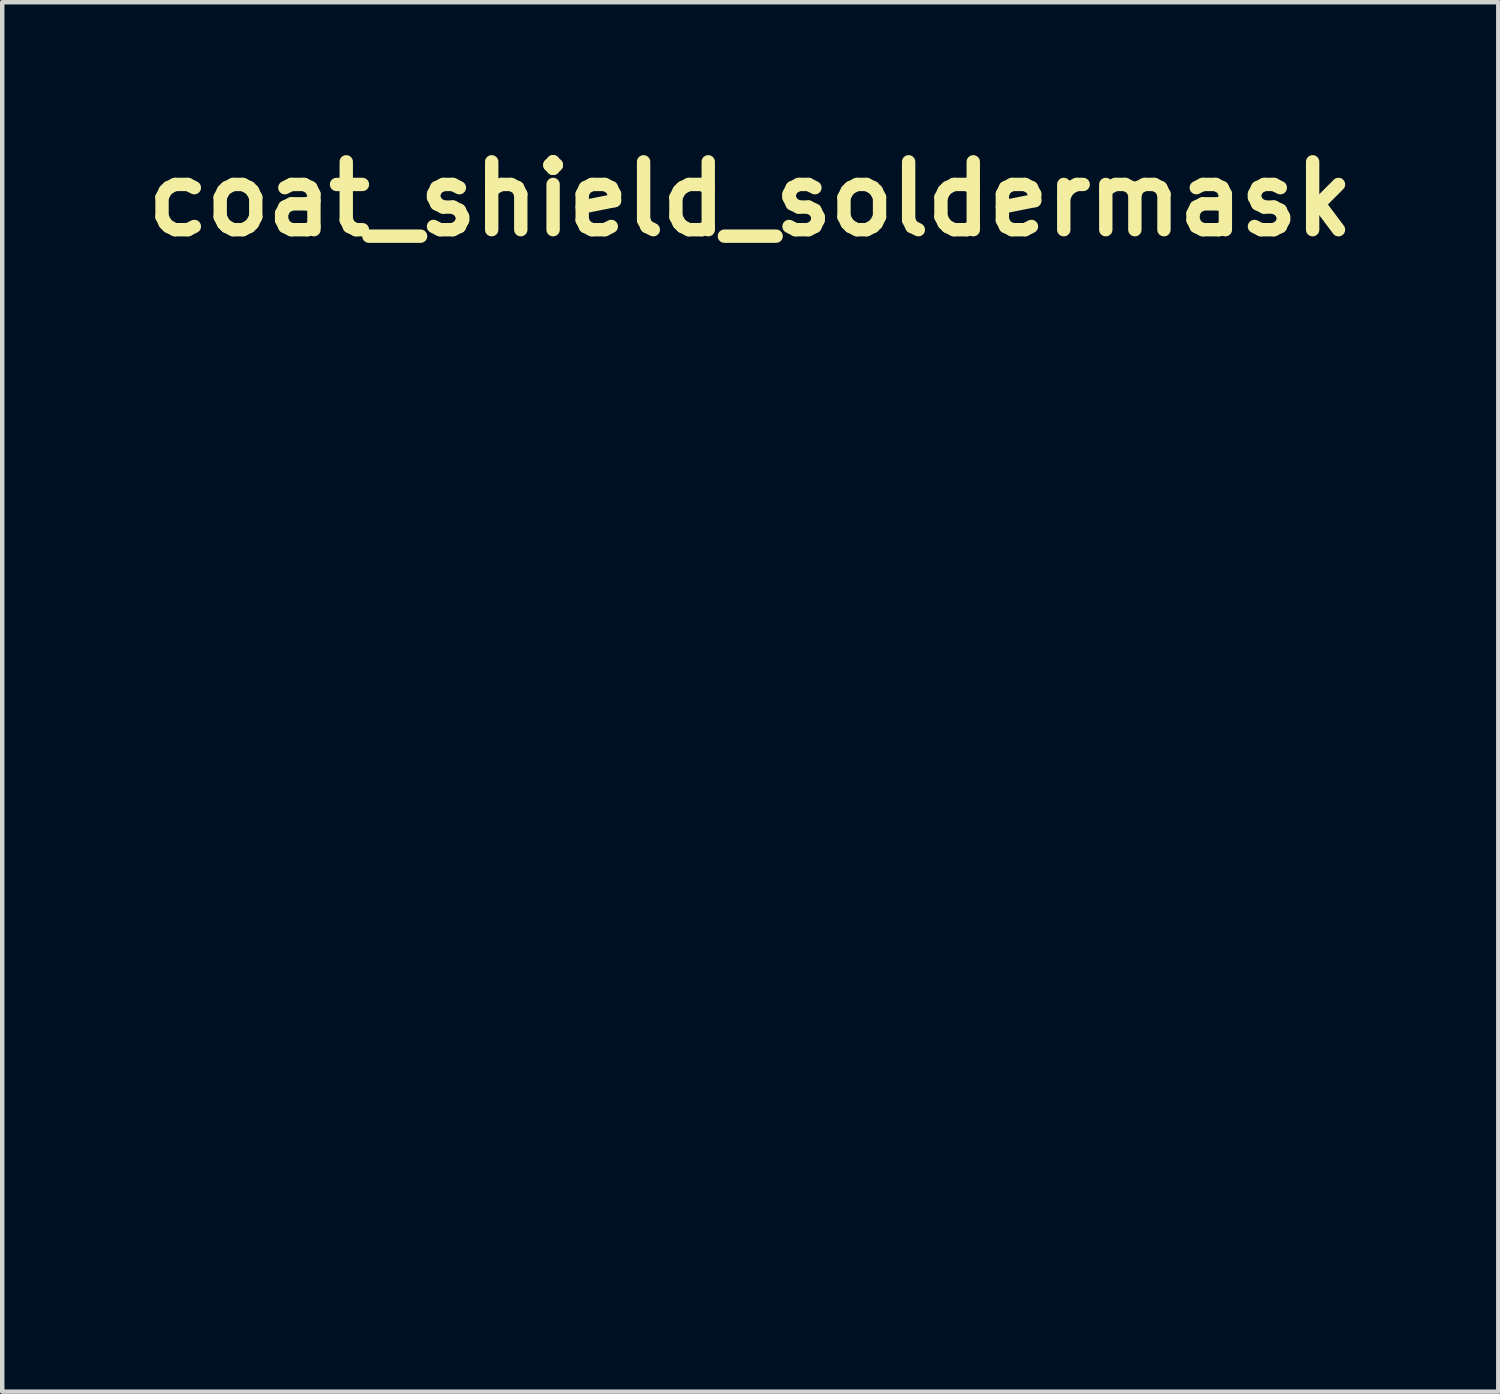
<source format=kicad_pcb>
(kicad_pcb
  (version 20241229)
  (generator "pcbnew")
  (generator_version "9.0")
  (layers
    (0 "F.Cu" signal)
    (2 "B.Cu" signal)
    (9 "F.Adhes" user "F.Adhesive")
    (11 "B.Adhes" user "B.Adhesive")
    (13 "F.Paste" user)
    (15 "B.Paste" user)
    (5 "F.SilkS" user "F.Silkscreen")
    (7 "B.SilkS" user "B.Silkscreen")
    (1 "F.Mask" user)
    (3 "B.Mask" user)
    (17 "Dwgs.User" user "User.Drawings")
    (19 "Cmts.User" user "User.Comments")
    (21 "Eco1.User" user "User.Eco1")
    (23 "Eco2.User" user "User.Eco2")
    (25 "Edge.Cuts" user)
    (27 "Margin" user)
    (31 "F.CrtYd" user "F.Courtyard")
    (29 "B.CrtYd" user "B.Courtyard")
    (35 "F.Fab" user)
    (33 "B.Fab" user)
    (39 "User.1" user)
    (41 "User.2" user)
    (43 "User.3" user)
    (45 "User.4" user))
  (footprint "coat_shield_soldermask"
    (layer "F.Cu")
    (at 13.796 14.118)
    (property "Reference" "coat_shield_soldermask" (at 0 -12.7 0) (layer "F.SilkS") (effects (font (size 1.524 1.524) (thickness 0.3))))
    (attr board_only exclude_from_pos_files exclude_from_bom)
    (fp_poly (pts (xy 0.64 -5.304) (xy 0.627 -5.255) (xy 0.592 -5.239) (xy 0.54 -5.259) (xy 0.54 -5.259) (xy 0.529 -5.277) (xy 0.55 -5.303) (xy 0.576 -5.322) (xy 0.64 -5.368)) (stroke (width 0) (type solid)) (fill yes) (layer "F.Mask"))
    (fp_poly (pts (xy 0.375 0.508) (xy 0.369 0.554) (xy 0.364 0.575) (xy 0.364 0.575) (xy 0.344 0.569) (xy 0.32 0.563) (xy 0.274 0.546) (xy 0.268 0.525) (xy 0.3 0.494) (xy 0.316 0.482) (xy 0.383 0.439)) (stroke (width 0) (type solid)) (fill yes) (layer "F.Mask"))
    (fp_poly (pts (xy 0.385 6.26) (xy 0.373 6.314) (xy 0.371 6.336) (xy 0.361 6.368) (xy 0.325 6.371) (xy 0.282 6.358) (xy 0.262 6.346) (xy 0.268 6.328) (xy 0.302 6.298) (xy 0.321 6.283) (xy 0.368 6.251) (xy 0.387 6.245)) (stroke (width 0) (type solid)) (fill yes) (layer "F.Mask"))
    (fp_poly (pts (xy -4.88 1.965) (xy -4.852 1.977) (xy -4.864 1.992) (xy -4.916 2.007) (xy -4.933 2.01) (xy -5.009 2.034) (xy -5.064 2.074) (xy -5.099 2.106) (xy -5.126 2.11) (xy -5.148 2.097) (xy -5.168 2.078) (xy -5.165 2.059) (xy -5.133 2.031) (xy -5.113 2.015) (xy -5.043 1.975) (xy -4.964 1.961) (xy -4.945 1.96)) (stroke (width 0) (type solid)) (fill yes) (layer "F.Mask"))
    (fp_poly (pts (xy 0.728 -0.016) (xy 0.709 0.031) (xy 0.678 0.095) (xy 0.674 0.103) (xy 0.622 0.196) (xy 0.563 0.263) (xy 0.51 0.304) (xy 0.455 0.342) (xy 0.427 0.356) (xy 0.419 0.351) (xy 0.423 0.326) (xy 0.424 0.323) (xy 0.424 0.271) (xy 0.409 0.209) (xy 0.406 0.202) (xy 0.376 0.131) (xy 0.552 0.044) (xy 0.628 0.007) (xy 0.689 -0.021) (xy 0.726 -0.036) (xy 0.734 -0.037)) (stroke (width 0) (type solid)) (fill yes) (layer "F.Mask"))
    (fp_poly (pts (xy 0.982 -5.808) (xy 0.962 -5.762) (xy 0.932 -5.702) (xy 0.897 -5.64) (xy 0.863 -5.587) (xy 0.836 -5.552) (xy 0.833 -5.549) (xy 0.786 -5.514) (xy 0.74 -5.483) (xy 0.685 -5.449) (xy 0.675 -5.526) (xy 0.665 -5.589) (xy 0.652 -5.64) (xy 0.651 -5.643) (xy 0.649 -5.665) (xy 0.663 -5.686) (xy 0.7 -5.71) (xy 0.766 -5.743) (xy 0.807 -5.762) (xy 0.883 -5.795) (xy 0.943 -5.819) (xy 0.979 -5.831) (xy 0.985 -5.831)) (stroke (width 0) (type solid)) (fill yes) (layer "F.Mask"))
    (fp_poly (pts (xy 0.743 5.77) (xy 0.734 5.793) (xy 0.71 5.842) (xy 0.677 5.907) (xy 0.671 5.919) (xy 0.62 6.005) (xy 0.569 6.065) (xy 0.508 6.111) (xy 0.504 6.113) (xy 0.45 6.144) (xy 0.424 6.155) (xy 0.419 6.145) (xy 0.422 6.13) (xy 0.423 6.086) (xy 0.408 6.027) (xy 0.402 6.011) (xy 0.386 5.959) (xy 0.386 5.929) (xy 0.389 5.926) (xy 0.416 5.915) (xy 0.47 5.89) (xy 0.542 5.855) (xy 0.576 5.839) (xy 0.649 5.805) (xy 0.706 5.78) (xy 0.739 5.769)) (stroke (width 0) (type solid)) (fill yes) (layer "F.Mask"))
    (fp_poly (pts (xy -2.091 -1.39) (xy -2.055 -1.377) (xy -2.029 -1.346) (xy -2.024 -1.338) (xy -1.991 -1.281) (xy -1.935 -1.336) (xy -1.878 -1.39) (xy -1.878 -1.264) (xy -1.878 -1.187) (xy -1.883 -1.134) (xy -1.9 -1.101) (xy -1.934 -1.083) (xy -1.993 -1.075) (xy -2.082 -1.073) (xy -2.156 -1.073) (xy -2.409 -1.073) (xy -2.422 -1.137) (xy -2.431 -1.204) (xy -2.434 -1.273) (xy -2.432 -1.334) (xy -2.425 -1.373) (xy -2.417 -1.382) (xy -2.394 -1.367) (xy -2.363 -1.329) (xy -2.363 -1.328) (xy -2.327 -1.274) (xy -2.289 -1.332) (xy -2.259 -1.369) (xy -2.22 -1.387) (xy -2.157 -1.392) (xy -2.154 -1.392)) (stroke (width 0) (type solid)) (fill yes) (layer "F.Mask"))
    (fp_poly (pts (xy -2.105 4.411) (xy -2.066 4.431) (xy -2.038 4.464) (xy -1.996 4.523) (xy -1.949 4.464) (xy -1.917 4.428) (xy -1.899 4.422) (xy -1.887 4.443) (xy -1.887 4.443) (xy -1.882 4.483) (xy -1.884 4.547) (xy -1.89 4.605) (xy -1.909 4.729) (xy -2.163 4.732) (xy -2.261 4.733) (xy -2.343 4.732) (xy -2.4 4.729) (xy -2.424 4.725) (xy -2.424 4.725) (xy -2.43 4.701) (xy -2.437 4.647) (xy -2.445 4.578) (xy -2.45 4.49) (xy -2.443 4.438) (xy -2.424 4.425) (xy -2.394 4.449) (xy -2.38 4.469) (xy -2.344 4.524) (xy -2.299 4.467) (xy -2.256 4.427) (xy -2.202 4.41) (xy -2.166 4.408)) (stroke (width 0) (type solid)) (fill yes) (layer "F.Mask"))
    (fp_poly (pts (xy -1.844 -7.196) (xy -1.806 -7.177) (xy -1.782 -7.149) (xy -1.748 -7.096) (xy -1.703 -7.138) (xy -1.667 -7.168) (xy -1.644 -7.181) (xy -1.636 -7.162) (xy -1.631 -7.115) (xy -1.631 -7.053) (xy -1.635 -6.987) (xy -1.642 -6.941) (xy -1.654 -6.881) (xy -1.909 -6.881) (xy -2.016 -6.882) (xy -2.088 -6.884) (xy -2.134 -6.889) (xy -2.159 -6.897) (xy -2.171 -6.911) (xy -2.176 -6.923) (xy -2.184 -6.973) (xy -2.187 -7.037) (xy -2.185 -7.101) (xy -2.18 -7.153) (xy -2.171 -7.179) (xy -2.168 -7.181) (xy -2.143 -7.165) (xy -2.115 -7.134) (xy -2.082 -7.088) (xy -2.04 -7.144) (xy -2.004 -7.182) (xy -1.959 -7.198) (xy -1.907 -7.201)) (stroke (width 0) (type solid)) (fill yes) (layer "F.Mask"))
    (fp_poly (pts (xy -0.433 -4.807) (xy -0.449 -4.777) (xy -0.487 -4.739) (xy -0.534 -4.706) (xy -0.536 -4.705) (xy -0.566 -4.676) (xy -0.602 -4.623) (xy -0.627 -4.577) (xy -0.672 -4.441) (xy -0.678 -4.297) (xy -0.649 -4.164) (xy -0.6 -4.064) (xy -0.532 -4) (xy -0.443 -3.969) (xy -0.435 -3.968) (xy -0.374 -3.952) (xy -0.351 -3.928) (xy -0.351 -3.926) (xy -0.337 -3.894) (xy -0.302 -3.849) (xy -0.281 -3.825) (xy -0.203 -3.771) (xy -0.118 -3.755) (xy -0.022 -3.779) (xy 0.016 -3.797) (xy 0.093 -3.838) (xy 0.107 -3.761) (xy 0.114 -3.704) (xy 0.119 -3.621) (xy 0.122 -3.527) (xy 0.123 -3.496) (xy 0.124 -3.308) (xy 0.036 -3.282) (xy -0.106 -3.226) (xy -0.254 -3.147) (xy -0.39 -3.052) (xy -0.401 -3.044) (xy -0.457 -3.001) (xy -0.497 -2.974) (xy -0.516 -2.968) (xy -0.516 -2.97) (xy -0.52 -3.028) (xy -0.531 -3.109) (xy -0.547 -3.197) (xy -0.564 -3.279) (xy -0.581 -3.343) (xy -0.591 -3.369) (xy -0.626 -3.417) (xy -0.679 -3.451) (xy -0.755 -3.473) (xy -0.861 -3.484) (xy -0.985 -3.487) (xy -1.108 -3.49) (xy -1.193 -3.498) (xy -1.243 -3.511) (xy -1.249 -3.515) (xy -1.309 -3.546) (xy -1.392 -3.576) (xy -1.477 -3.6) (xy -1.547 -3.611) (xy -1.555 -3.611) (xy -1.607 -3.622) (xy -1.674 -3.65) (xy -1.711 -3.672) (xy -1.803 -3.721) (xy -1.904 -3.753) (xy -2.024 -3.77) (xy -2.167 -3.775) (xy -2.318 -3.769) (xy -2.439 -3.751) (xy -2.539 -3.718) (xy -2.61 -3.678) (xy -2.687 -3.64) (xy -2.776 -3.613) (xy -2.8 -3.609) (xy -2.881 -3.591) (xy -2.973 -3.562) (xy -3.024 -3.541) (xy -3.084 -3.516) (xy -3.14 -3.5) (xy -3.204 -3.491) (xy -3.289 -3.488) (xy -3.357 -3.487) (xy -3.496 -3.483) (xy -3.6 -3.467) (xy -3.675 -3.435) (xy -3.727 -3.381) (xy -3.763 -3.3) (xy -3.788 -3.188) (xy -3.798 -3.125) (xy -3.806 -3.014) (xy -3.805 -2.887) (xy -3.795 -2.76) (xy -3.777 -2.646) (xy -3.755 -2.568) (xy -3.747 -2.519) (xy -3.761 -2.455) (xy -3.775 -2.416) (xy -3.829 -2.253) (xy -3.871 -2.074) (xy -3.889 -1.955) (xy -3.899 -1.891) (xy -3.91 -1.848) (xy -3.918 -1.836) (xy -3.939 -1.849) (xy -3.985 -1.882) (xy -4.049 -1.93) (xy -4.106 -1.976) (xy -4.211 -2.068) (xy -4.299 -2.159) (xy -4.365 -2.243) (xy -4.405 -2.316) (xy -4.416 -2.36) (xy -4.404 -2.401) (xy -4.376 -2.46) (xy -4.353 -2.497) (xy -4.276 -2.646) (xy -4.239 -2.801) (xy -4.243 -2.96) (xy -4.288 -3.12) (xy -4.301 -3.149) (xy -4.329 -3.217) (xy -4.348 -3.275) (xy -4.354 -3.304) (xy -4.371 -3.383) (xy -4.418 -3.472) (xy -4.487 -3.562) (xy -4.572 -3.645) (xy -4.665 -3.713) (xy -4.73 -3.746) (xy -4.786 -3.771) (xy -4.821 -3.79) (xy -4.828 -3.797) (xy -4.81 -3.822) (xy -4.764 -3.841) (xy -4.705 -3.849) (xy -4.665 -3.846) (xy -4.607 -3.831) (xy -4.579 -3.803) (xy -4.571 -3.783) (xy -4.536 -3.723) (xy -4.471 -3.68) (xy -4.385 -3.66) (xy -4.322 -3.661) (xy -4.171 -3.69) (xy -4.043 -3.744) (xy -3.928 -3.828) (xy -3.91 -3.845) (xy -3.84 -3.91) (xy -3.768 -3.975) (xy -3.715 -4.021) (xy -3.667 -4.068) (xy -3.637 -4.111) (xy -3.632 -4.13) (xy -3.627 -4.153) (xy -3.607 -4.162) (xy -3.561 -4.16) (xy -3.531 -4.156) (xy -3.449 -4.153) (xy -3.374 -4.17) (xy -3.333 -4.186) (xy -3.225 -4.219) (xy -3.126 -4.23) (xy -3.041 -4.237) (xy -2.956 -4.253) (xy -2.927 -4.262) (xy -2.856 -4.28) (xy -2.767 -4.294) (xy -2.703 -4.299) (xy -2.549 -4.326) (xy -2.411 -4.39) (xy -2.288 -4.492) (xy -2.207 -4.593) (xy -2.145 -4.683) (xy -1.934 -4.575) (xy -1.842 -4.528) (xy -1.775 -4.498) (xy -1.72 -4.479) (xy -1.666 -4.47) (xy -1.602 -4.467) (xy -1.548 -4.467) (xy -1.454 -4.469) (xy -1.385 -4.477) (xy -1.325 -4.494) (xy -1.255 -4.525) (xy -1.235 -4.534) (xy -1.16 -4.568) (xy -1.094 -4.592) (xy -1.048 -4.601) (xy -1.047 -4.601) (xy -1.004 -4.61) (xy -0.938 -4.635) (xy -0.863 -4.669) (xy -0.854 -4.673) (xy -0.781 -4.708) (xy -0.719 -4.733) (xy -0.679 -4.745) (xy -0.676 -4.745) (xy -0.637 -4.753) (xy -0.576 -4.771) (xy -0.537 -4.785) (xy -0.48 -4.804) (xy -0.442 -4.811)) (stroke (width 0) (type solid)) (fill yes) (layer "F.Mask"))
    (fp_poly (pts (xy 3.213 -0.059) (xy 3.262 0.091) (xy 3.319 0.211) (xy 3.389 0.311) (xy 3.479 0.397) (xy 3.596 0.478) (xy 3.747 0.56) (xy 3.754 0.563) (xy 3.84 0.607) (xy 3.909 0.644) (xy 3.955 0.672) (xy 3.971 0.685) (xy 3.971 0.685) (xy 3.97 0.709) (xy 3.98 0.755) (xy 3.981 0.761) (xy 3.99 0.813) (xy 3.976 0.859) (xy 3.953 0.897) (xy 3.919 0.961) (xy 3.889 1.039) (xy 3.881 1.066) (xy 3.862 1.131) (xy 3.844 1.182) (xy 3.836 1.197) (xy 3.778 1.299) (xy 3.741 1.381) (xy 3.721 1.457) (xy 3.714 1.54) (xy 3.714 1.562) (xy 3.727 1.698) (xy 3.764 1.812) (xy 3.82 1.9) (xy 3.895 1.958) (xy 3.984 1.981) (xy 3.994 1.981) (xy 4.029 1.984) (xy 4.041 2.001) (xy 4.037 2.044) (xy 4.035 2.058) (xy 4.015 2.165) (xy 3.999 2.239) (xy 3.982 2.289) (xy 3.96 2.321) (xy 3.927 2.345) (xy 3.88 2.367) (xy 3.844 2.383) (xy 3.697 2.468) (xy 3.565 2.585) (xy 3.497 2.668) (xy 3.474 2.694) (xy 3.443 2.715) (xy 3.396 2.734) (xy 3.324 2.754) (xy 3.219 2.778) (xy 3.219 2.778) (xy 3.132 2.799) (xy 3.015 2.83) (xy 2.875 2.868) (xy 2.722 2.911) (xy 2.563 2.957) (xy 2.45 2.991) (xy 2.31 3.033) (xy 2.184 3.07) (xy 2.076 3.1) (xy 1.993 3.124) (xy 1.939 3.138) (xy 1.919 3.141) (xy 1.919 3.141) (xy 1.931 3.122) (xy 1.964 3.082) (xy 2.004 3.036) (xy 2.115 2.895) (xy 2.193 2.766) (xy 2.236 2.651) (xy 2.244 2.55) (xy 2.216 2.466) (xy 2.154 2.401) (xy 2.121 2.381) (xy 2.046 2.359) (xy 1.966 2.37) (xy 1.873 2.416) (xy 1.86 2.425) (xy 1.737 2.488) (xy 1.6 2.527) (xy 1.491 2.538) (xy 1.436 2.535) (xy 1.351 2.525) (xy 1.248 2.512) (xy 1.138 2.495) (xy 1.128 2.494) (xy 0.916 2.466) (xy 0.706 2.451) (xy 0.506 2.45) (xy 0.325 2.461) (xy 0.173 2.485) (xy 0.142 2.493) (xy -0.022 2.547) (xy -0.179 2.619) (xy -0.318 2.702) (xy -0.414 2.778) (xy -0.513 2.871) (xy -0.526 2.751) (xy -0.543 2.618) (xy -0.564 2.52) (xy -0.591 2.45) (xy -0.625 2.401) (xy -0.641 2.385) (xy -0.716 2.345) (xy -0.822 2.32) (xy -0.953 2.312) (xy -1.056 2.317) (xy -1.136 2.32) (xy -1.198 2.311) (xy -1.261 2.286) (xy -1.276 2.278) (xy -1.351 2.246) (xy -1.443 2.217) (xy -1.507 2.202) (xy -1.595 2.179) (xy -1.684 2.146) (xy -1.735 2.12) (xy -1.846 2.072) (xy -1.985 2.041) (xy -2.142 2.029) (xy -2.306 2.037) (xy -2.335 2.041) (xy -2.466 2.066) (xy -2.568 2.103) (xy -2.598 2.12) (xy -2.673 2.156) (xy -2.764 2.187) (xy -2.823 2.202) (xy -2.912 2.223) (xy -3 2.252) (xy -3.049 2.272) (xy -3.099 2.293) (xy -3.152 2.307) (xy -3.219 2.315) (xy -3.311 2.319) (xy -3.373 2.32) (xy -3.508 2.324) (xy -3.608 2.34) (xy -3.68 2.372) (xy -3.73 2.426) (xy -3.764 2.507) (xy -3.787 2.621) (xy -3.797 2.686) (xy -3.807 2.825) (xy -3.804 2.969) (xy -3.788 3.104) (xy -3.76 3.216) (xy -3.756 3.229) (xy -3.746 3.268) (xy -3.751 3.314) (xy -3.771 3.379) (xy -3.786 3.417) (xy -3.813 3.496) (xy -3.84 3.599) (xy -3.865 3.71) (xy -3.874 3.765) (xy -3.91 3.982) (xy -4.024 3.897) (xy -4.143 3.801) (xy -4.246 3.705) (xy -4.329 3.613) (xy -4.386 3.531) (xy -4.414 3.464) (xy -4.416 3.446) (xy -4.405 3.408) (xy -4.378 3.347) (xy -4.34 3.276) (xy -4.334 3.267) (xy -4.263 3.115) (xy -4.232 2.966) (xy -4.243 2.817) (xy -4.295 2.669) (xy -4.302 2.655) (xy -4.331 2.591) (xy -4.35 2.536) (xy -4.354 2.515) (xy -4.368 2.445) (xy -4.406 2.36) (xy -4.462 2.271) (xy -4.488 2.238) (xy -4.559 2.151) (xy -4.464 2.127) (xy -4.368 2.097) (xy -4.29 2.059) (xy -4.213 2.002) (xy -4.151 1.945) (xy -4.084 1.883) (xy -4.017 1.824) (xy -3.974 1.788) (xy -3.926 1.742) (xy -3.894 1.698) (xy -3.888 1.685) (xy -3.877 1.658) (xy -3.852 1.647) (xy -3.802 1.646) (xy -3.774 1.648) (xy -3.668 1.642) (xy -3.587 1.621) (xy -3.518 1.601) (xy -3.431 1.585) (xy -3.376 1.58) (xy -3.292 1.57) (xy -3.211 1.553) (xy -3.17 1.54) (xy -3.102 1.52) (xy -3.018 1.508) (xy -2.972 1.506) (xy -2.827 1.486) (xy -2.689 1.425) (xy -2.56 1.325) (xy -2.442 1.187) (xy -2.398 1.126) (xy -2.198 1.228) (xy -2.109 1.273) (xy -2.043 1.303) (xy -1.989 1.32) (xy -1.933 1.328) (xy -1.862 1.331) (xy -1.797 1.331) (xy -1.699 1.33) (xy -1.629 1.324) (xy -1.574 1.312) (xy -1.522 1.291) (xy -1.49 1.275) (xy -1.415 1.241) (xy -1.341 1.215) (xy -1.305 1.206) (xy -1.244 1.189) (xy -1.166 1.161) (xy -1.104 1.134) (xy -1.016 1.096) (xy -0.922 1.06) (xy -0.867 1.042) (xy -0.8 1.022) (xy -0.748 1.005) (xy -0.727 0.998) (xy -0.702 0.995) (xy -0.701 1.014) (xy -0.718 1.044) (xy -0.751 1.076) (xy -0.769 1.088) (xy -0.843 1.155) (xy -0.899 1.25) (xy -0.931 1.363) (xy -0.938 1.485) (xy -0.919 1.6) (xy -0.873 1.712) (xy -0.813 1.789) (xy -0.739 1.83) (xy -0.693 1.836) (xy -0.641 1.842) (xy -0.615 1.863) (xy -0.607 1.886) (xy -0.575 1.946) (xy -0.518 2.003) (xy -0.45 2.044) (xy -0.427 2.051) (xy -0.369 2.052) (xy -0.292 2.029) (xy -0.253 2.012) (xy -0.138 1.96) (xy -0.069 2.041) (xy -0.015 2.097) (xy 0.038 2.129) (xy 0.095 2.137) (xy 0.165 2.122) (xy 0.255 2.082) (xy 0.358 2.024) (xy 0.422 1.992) (xy 0.488 1.971) (xy 0.57 1.96) (xy 0.629 1.955) (xy 0.754 1.941) (xy 0.857 1.915) (xy 0.921 1.889) (xy 1.006 1.855) (xy 1.094 1.826) (xy 1.145 1.814) (xy 1.258 1.782) (xy 1.375 1.732) (xy 1.48 1.669) (xy 1.561 1.603) (xy 1.573 1.59) (xy 1.615 1.544) (xy 1.642 1.525) (xy 1.666 1.529) (xy 1.681 1.539) (xy 1.751 1.566) (xy 1.838 1.564) (xy 1.932 1.533) (xy 1.982 1.506) (xy 2.064 1.444) (xy 2.151 1.365) (xy 2.231 1.279) (xy 2.295 1.198) (xy 2.321 1.154) (xy 2.362 1.094) (xy 2.416 1.035) (xy 2.427 1.025) (xy 2.48 0.971) (xy 2.533 0.902) (xy 2.552 0.872) (xy 2.601 0.802) (xy 2.663 0.729) (xy 2.698 0.695) (xy 2.76 0.629) (xy 2.819 0.554) (xy 2.844 0.517) (xy 2.87 0.469) (xy 2.886 0.424) (xy 2.895 0.37) (xy 2.898 0.295) (xy 2.899 0.219) (xy 2.899 0.016) (xy 3.166 -0.223)) (stroke (width 0) (type solid)) (fill yes) (layer "F.Mask"))
    (fp_poly (pts (xy -1.37 -11.058) (xy -1.074 -11.01) (xy -0.805 -10.936) (xy -0.681 -10.889) (xy -0.541 -10.827) (xy -0.397 -10.757) (xy -0.263 -10.684) (xy -0.151 -10.616) (xy -0.127 -10.6) (xy 0.003 -10.508) (xy 0.141 -10.601) (xy 0.345 -10.724) (xy 0.578 -10.836) (xy 0.827 -10.932) (xy 1.081 -11.009) (xy 1.186 -11.034) (xy 1.29 -11.05) (xy 1.425 -11.061) (xy 1.583 -11.068) (xy 1.755 -11.071) (xy 1.933 -11.068) (xy 2.107 -11.062) (xy 2.268 -11.05) (xy 2.407 -11.035) (xy 2.429 -11.031) (xy 2.808 -10.965) (xy 3.149 -10.888) (xy 3.458 -10.8) (xy 3.568 -10.763) (xy 3.709 -10.714) (xy 3.867 -10.659) (xy 4.024 -10.604) (xy 4.164 -10.555) (xy 4.189 -10.546) (xy 4.424 -10.469) (xy 4.684 -10.394) (xy 4.951 -10.324) (xy 5.21 -10.264) (xy 5.365 -10.233) (xy 5.691 -10.189) (xy 6.036 -10.174) (xy 6.386 -10.189) (xy 6.731 -10.232) (xy 6.975 -10.282) (xy 7.173 -10.33) (xy 7.275 -10.133) (xy 7.425 -9.866) (xy 7.594 -9.608) (xy 7.786 -9.357) (xy 8.005 -9.106) (xy 8.254 -8.854) (xy 8.535 -8.595) (xy 8.771 -8.393) (xy 8.963 -8.231) (xy 9.126 -8.083) (xy 9.268 -7.945) (xy 9.395 -7.808) (xy 9.513 -7.667) (xy 9.61 -7.542) (xy 9.762 -7.316) (xy 9.877 -7.097) (xy 9.957 -6.886) (xy 9.999 -6.685) (xy 10.004 -6.494) (xy 9.972 -6.317) (xy 9.925 -6.199) (xy 9.827 -6.043) (xy 9.696 -5.91) (xy 9.542 -5.806) (xy 9.517 -5.794) (xy 9.447 -5.762) (xy 9.39 -5.741) (xy 9.331 -5.731) (xy 9.255 -5.726) (xy 9.18 -5.726) (xy 9.086 -5.727) (xy 9.02 -5.731) (xy 8.971 -5.742) (xy 8.926 -5.762) (xy 8.881 -5.788) (xy 8.768 -5.882) (xy 8.68 -6.003) (xy 8.621 -6.146) (xy 8.596 -6.302) (xy 8.595 -6.327) (xy 8.594 -6.433) (xy 8.515 -6.393) (xy 8.439 -6.343) (xy 8.347 -6.267) (xy 8.248 -6.17) (xy 8.148 -6.062) (xy 8.054 -5.949) (xy 7.975 -5.84) (xy 7.798 -5.557) (xy 7.645 -5.277) (xy 7.515 -4.996) (xy 7.407 -4.711) (xy 7.32 -4.416) (xy 7.254 -4.109) (xy 7.207 -3.784) (xy 7.179 -3.438) (xy 7.169 -3.066) (xy 7.175 -2.665) (xy 7.198 -2.23) (xy 7.203 -2.156) (xy 7.234 -1.803) (xy 7.272 -1.481) (xy 7.32 -1.181) (xy 7.379 -0.892) (xy 7.452 -0.606) (xy 7.491 -0.47) (xy 7.531 -0.331) (xy 7.574 -0.181) (xy 7.615 -0.034) (xy 7.65 0.094) (xy 7.662 0.139) (xy 7.753 0.428) (xy 7.872 0.73) (xy 8.016 1.036) (xy 8.179 1.337) (xy 8.357 1.622) (xy 8.545 1.882) (xy 8.587 1.935) (xy 8.672 2.034) (xy 8.78 2.15) (xy 8.901 2.275) (xy 9.028 2.401) (xy 9.151 2.517) (xy 9.262 2.616) (xy 9.29 2.64) (xy 9.425 2.752) (xy 9.543 3.213) (xy 9.66 3.673) (xy 9.594 3.936) (xy 9.486 4.327) (xy 9.358 4.722) (xy 9.212 5.115) (xy 9.051 5.499) (xy 8.879 5.867) (xy 8.698 6.212) (xy 8.511 6.529) (xy 8.351 6.768) (xy 8.194 6.98) (xy 8.024 7.193) (xy 7.855 7.391) (xy 7.749 7.506) (xy 7.573 7.679) (xy 7.367 7.857) (xy 7.141 8.034) (xy 6.905 8.203) (xy 6.669 8.357) (xy 6.441 8.488) (xy 6.375 8.522) (xy 6.169 8.617) (xy 5.928 8.713) (xy 5.656 8.809) (xy 5.359 8.903) (xy 5.042 8.993) (xy 4.711 9.078) (xy 4.371 9.155) (xy 4.137 9.203) (xy 3.78 9.278) (xy 3.425 9.36) (xy 3.08 9.447) (xy 2.749 9.539) (xy 2.437 9.633) (xy 2.152 9.728) (xy 1.898 9.823) (xy 1.738 9.89) (xy 1.363 10.074) (xy 0.99 10.297) (xy 0.624 10.553) (xy 0.271 10.84) (xy 0.192 10.91) (xy 0.119 10.975) (xy 0.058 11.028) (xy 0.014 11.065) (xy -0.005 11.08) (xy -0.006 11.08) (xy -0.023 11.067) (xy -0.057 11.033) (xy -0.063 11.026) (xy -0.112 10.979) (xy -0.186 10.912) (xy -0.278 10.832) (xy -0.381 10.746) (xy -0.486 10.659) (xy -0.587 10.578) (xy -0.657 10.525) (xy -1 10.287) (xy -1.371 10.069) (xy -1.761 9.876) (xy -2.158 9.713) (xy -2.342 9.65) (xy -2.417 9.627) (xy -2.524 9.596) (xy -2.655 9.559) (xy -2.801 9.519) (xy -2.955 9.477) (xy -3.108 9.436) (xy -3.252 9.398) (xy -3.38 9.366) (xy -3.482 9.341) (xy -3.497 9.337) (xy -3.557 9.324) (xy -3.65 9.304) (xy -3.769 9.279) (xy -3.907 9.25) (xy -4.056 9.219) (xy -4.189 9.192) (xy -4.554 9.112) (xy -4.907 9.026) (xy -5.244 8.934) (xy -5.558 8.838) (xy -5.846 8.74) (xy -6.103 8.64) (xy -6.323 8.541) (xy -6.328 8.539) (xy -6.724 8.321) (xy -7.1 8.067) (xy -7.455 7.778) (xy -7.79 7.453) (xy -8.103 7.092) (xy -8.396 6.695) (xy -8.438 6.634) (xy -8.667 6.264) (xy -8.883 5.86) (xy -9.083 5.428) (xy -9.266 4.974) (xy -9.428 4.504) (xy -9.567 4.025) (xy -9.574 4) (xy -9.658 3.676) (xy -9.542 3.216) (xy -9.426 2.755) (xy -9.311 2.662) (xy -9.222 2.585) (xy -9.115 2.485) (xy -8.997 2.371) (xy -8.877 2.25) (xy -8.761 2.13) (xy -8.657 2.017) (xy -8.573 1.921) (xy -8.539 1.878) (xy -8.289 1.523) (xy -8.064 1.138) (xy -7.865 0.723) (xy -7.69 0.275) (xy -7.54 -0.204) (xy -7.413 -0.715) (xy -7.312 -1.26) (xy -7.285 -1.434) (xy -7.247 -1.711) (xy -7.219 -1.967) (xy -7.198 -2.215) (xy -7.184 -2.467) (xy -7.176 -2.737) (xy -7.174 -3.002) (xy -7.174 -3.241) (xy -7.179 -3.447) (xy -7.187 -3.627) (xy -7.2 -3.788) (xy -7.218 -3.939) (xy -7.243 -4.086) (xy -7.274 -4.239) (xy -7.293 -4.32) (xy -7.363 -4.572) (xy -7.451 -4.828) (xy -7.556 -5.084) (xy -7.673 -5.332) (xy -7.801 -5.569) (xy -7.935 -5.786) (xy -8.073 -5.98) (xy -8.211 -6.144) (xy -8.331 -6.259) (xy -8.401 -6.314) (xy -8.469 -6.363) (xy -8.522 -6.395) (xy -8.594 -6.433) (xy -8.595 -6.296) (xy -8.616 -6.149) (xy -8.675 -6.013) (xy -8.766 -5.894) (xy -8.888 -5.798) (xy -8.946 -5.766) (xy -9.079 -5.723) (xy -9.224 -5.715) (xy -9.375 -5.74) (xy -9.524 -5.798) (xy -9.665 -5.886) (xy -9.757 -5.966) (xy -9.828 -6.049) (xy -9.896 -6.147) (xy -9.931 -6.209) (xy -9.961 -6.274) (xy -9.98 -6.327) (xy -9.991 -6.381) (xy -9.995 -6.449) (xy -9.996 -6.545) (xy -9.996 -6.561) (xy -9.995 -6.59) (xy -9.903 -6.59) (xy -9.896 -6.55) (xy -9.874 -6.521) (xy -9.852 -6.503) (xy -9.782 -6.466) (xy -9.719 -6.469) (xy -9.662 -6.513) (xy -9.612 -6.597) (xy -9.577 -6.696) (xy -9.511 -6.865) (xy -9.423 -7) (xy -9.311 -7.101) (xy -9.173 -7.171) (xy -9.009 -7.21) (xy -8.959 -7.215) (xy -8.743 -7.215) (xy -8.542 -7.177) (xy -8.355 -7.1) (xy -8.182 -6.985) (xy -8.096 -6.909) (xy -7.92 -6.713) (xy -7.755 -6.479) (xy -7.601 -6.209) (xy -7.46 -5.904) (xy -7.331 -5.565) (xy -7.216 -5.195) (xy -7.116 -4.796) (xy -7.03 -4.369) (xy -6.987 -4.106) (xy -6.955 -3.882) (xy -6.929 -3.681) (xy -6.91 -3.493) (xy -6.897 -3.307) (xy -6.889 -3.113) (xy -6.884 -2.899) (xy -6.883 -2.655) (xy -6.883 -2.641) (xy -6.889 -2.258) (xy -6.909 -1.898) (xy -6.942 -1.554) (xy -6.991 -1.216) (xy -7.057 -0.878) (xy -7.142 -0.53) (xy -7.246 -0.163) (xy -7.364 0.206) (xy -7.494 0.576) (xy -7.636 0.939) (xy -7.787 1.29) (xy -7.943 1.622) (xy -8.101 1.928) (xy -8.259 2.2) (xy -8.275 2.225) (xy -8.416 2.439) (xy -8.569 2.649) (xy -8.728 2.85) (xy -8.889 3.035) (xy -9.047 3.2) (xy -9.196 3.338) (xy -9.315 3.431) (xy -9.407 3.499) (xy -9.47 3.551) (xy -9.508 3.593) (xy -9.527 3.632) (xy -9.533 3.674) (xy -9.533 3.675) (xy -9.517 3.751) (xy -9.47 3.799) (xy -9.397 3.817) (xy -9.393 3.817) (xy -9.346 3.81) (xy -9.289 3.786) (xy -9.215 3.741) (xy -9.154 3.699) (xy -9.032 3.603) (xy -8.895 3.482) (xy -8.751 3.342) (xy -8.607 3.192) (xy -8.471 3.04) (xy -8.351 2.892) (xy -8.331 2.865) (xy -8.088 2.516) (xy -7.856 2.131) (xy -7.636 1.713) (xy -7.43 1.267) (xy -7.24 0.796) (xy -7.067 0.304) (xy -6.913 -0.204) (xy -6.818 -0.567) (xy -6.697 -1.144) (xy -6.615 -1.732) (xy -6.574 -2.329) (xy -6.571 -2.934) (xy -6.608 -3.545) (xy -6.685 -4.161) (xy -6.759 -4.581) (xy -6.844 -4.974) (xy -6.936 -5.332) (xy -7.037 -5.659) (xy -7.148 -5.96) (xy -7.272 -6.24) (xy -7.41 -6.504) (xy -7.565 -6.758) (xy -7.566 -6.759) (xy -7.725 -6.977) (xy -7.892 -7.155) (xy -8.071 -7.297) (xy -8.264 -7.403) (xy -8.474 -7.477) (xy -8.656 -7.513) (xy -8.883 -7.528) (xy -9.094 -7.508) (xy -9.287 -7.454) (xy -9.46 -7.366) (xy -9.609 -7.247) (xy -9.682 -7.165) (xy -9.747 -7.067) (xy -9.807 -6.948) (xy -9.857 -6.822) (xy -9.89 -6.705) (xy -9.898 -6.655) (xy -9.903 -6.59) (xy -9.995 -6.59) (xy -9.991 -6.68) (xy -9.977 -6.788) (xy -9.95 -6.894) (xy -9.909 -7.009) (xy -9.849 -7.143) (xy -9.8 -7.245) (xy -9.686 -7.438) (xy -9.534 -7.644) (xy -9.345 -7.86) (xy -9.12 -8.086) (xy -8.859 -8.321) (xy -8.718 -8.438) (xy -8.356 -8.754) (xy -8.034 -9.074) (xy -7.753 -9.399) (xy -7.511 -9.73) (xy -7.307 -10.067) (xy -7.254 -10.169) (xy -7.216 -10.238) (xy -7.181 -10.29) (xy -7.155 -10.316) (xy -7.15 -10.317) (xy -7.117 -10.312) (xy -7.056 -10.3) (xy -6.977 -10.283) (xy -6.949 -10.277) (xy -6.635 -10.217) (xy -6.323 -10.181) (xy -6.082 -10.172) (xy -5.825 -10.172) (xy -5.799 -10.116) (xy -5.782 -10.078) (xy -5.752 -10.01) (xy -5.713 -9.92) (xy -5.666 -9.815) (xy -5.631 -9.733) (xy -5.578 -9.61) (xy -5.541 -9.519) (xy -5.518 -9.455) (xy -5.506 -9.41) (xy -5.506 -9.381) (xy -5.511 -9.364) (xy -5.524 -9.317) (xy -5.528 -9.252) (xy -5.527 -9.233) (xy -5.519 -9.145) (xy -5.608 -9.135) (xy -5.714 -9.108) (xy -5.805 -9.055) (xy -5.875 -8.985) (xy -5.921 -8.903) (xy -5.939 -8.815) (xy -5.924 -8.729) (xy -5.886 -8.664) (xy -5.859 -8.628) (xy -5.842 -8.594) (xy -5.833 -8.549) (xy -5.83 -8.483) (xy -5.829 -8.407) (xy -5.826 -8.292) (xy -5.815 -8.217) (xy -5.802 -8.186) (xy -5.789 -8.161) (xy -5.799 -8.135) (xy -5.837 -8.097) (xy -5.843 -8.091) (xy -5.876 -8.06) (xy -5.896 -8.032) (xy -5.906 -7.996) (xy -5.911 -7.942) (xy -5.911 -7.857) (xy -5.911 -7.848) (xy -5.909 -7.752) (xy -5.902 -7.683) (xy -5.886 -7.626) (xy -5.86 -7.568) (xy -5.855 -7.56) (xy -5.773 -7.439) (xy -5.662 -7.344) (xy -5.594 -7.305) (xy -5.528 -7.262) (xy -5.467 -7.209) (xy -5.462 -7.204) (xy -5.406 -7.156) (xy -5.345 -7.12) (xy -5.337 -7.117) (xy -5.299 -7.098) (xy -5.267 -7.066) (xy -5.235 -7.011) (xy -5.202 -6.942) (xy -5.114 -6.781) (xy -5.012 -6.656) (xy -4.9 -6.57) (xy -4.845 -6.532) (xy -4.806 -6.494) (xy -4.797 -6.478) (xy -4.776 -6.446) (xy -4.733 -6.397) (xy -4.675 -6.34) (xy -4.661 -6.327) (xy -4.592 -6.26) (xy -4.528 -6.189) (xy -4.482 -6.128) (xy -4.48 -6.125) (xy -4.395 -6.016) (xy -4.291 -5.923) (xy -4.18 -5.854) (xy -4.113 -5.827) (xy -4.055 -5.807) (xy -4.019 -5.788) (xy -4.013 -5.778) (xy -4.008 -5.752) (xy -3.984 -5.712) (xy -3.982 -5.71) (xy -3.954 -5.671) (xy -3.941 -5.648) (xy -3.941 -5.647) (xy -3.958 -5.63) (xy -4.004 -5.6) (xy -4.071 -5.56) (xy -4.151 -5.515) (xy -4.236 -5.469) (xy -4.317 -5.426) (xy -4.388 -5.392) (xy -4.438 -5.371) (xy -4.459 -5.365) (xy -4.503 -5.37) (xy -4.572 -5.384) (xy -4.653 -5.403) (xy -4.663 -5.406) (xy -4.852 -5.44) (xy -5.028 -5.442) (xy -5.186 -5.412) (xy -5.322 -5.35) (xy -5.336 -5.34) (xy -5.386 -5.297) (xy -5.443 -5.233) (xy -5.484 -5.179) (xy -5.541 -5.099) (xy -5.607 -5.016) (xy -5.647 -4.97) (xy -5.713 -4.881) (xy -5.747 -4.8) (xy -5.748 -4.795) (xy -5.775 -4.722) (xy -5.826 -4.643) (xy -5.841 -4.626) (xy -5.922 -4.504) (xy -5.97 -4.367) (xy -5.984 -4.224) (xy -5.962 -4.083) (xy -5.935 -4.013) (xy -5.894 -3.934) (xy -5.852 -3.884) (xy -5.8 -3.853) (xy -5.754 -3.837) (xy -5.707 -3.829) (xy -5.66 -3.835) (xy -5.6 -3.861) (xy -5.576 -3.872) (xy -5.518 -3.9) (xy -5.476 -3.917) (xy -5.461 -3.919) (xy -5.442 -3.888) (xy -5.415 -3.842) (xy -5.39 -3.794) (xy -5.373 -3.758) (xy -5.369 -3.746) (xy -5.391 -3.74) (xy -5.441 -3.728) (xy -5.492 -3.716) (xy -5.62 -3.676) (xy -5.714 -3.618) (xy -5.772 -3.544) (xy -5.793 -3.456) (xy -5.791 -3.423) (xy -5.782 -3.348) (xy -5.896 -3.323) (xy -5.98 -3.296) (xy -6.049 -3.254) (xy -6.099 -3.208) (xy -6.171 -3.116) (xy -6.203 -3.025) (xy -6.194 -2.937) (xy -6.145 -2.854) (xy -6.113 -2.822) (xy -6.094 -2.799) (xy -6.083 -2.768) (xy -6.079 -2.718) (xy -6.081 -2.64) (xy -6.083 -2.613) (xy -6.085 -2.506) (xy -6.078 -2.429) (xy -6.067 -2.396) (xy -6.056 -2.363) (xy -6.065 -2.331) (xy -6.099 -2.287) (xy -6.106 -2.278) (xy -6.154 -2.206) (xy -6.173 -2.14) (xy -6.169 -1.959) (xy -6.135 -1.807) (xy -6.07 -1.681) (xy -5.976 -1.581) (xy -5.906 -1.534) (xy -5.829 -1.485) (xy -5.751 -1.425) (xy -5.726 -1.403) (xy -5.666 -1.354) (xy -5.606 -1.315) (xy -5.581 -1.302) (xy -5.539 -1.277) (xy -5.505 -1.233) (xy -5.471 -1.16) (xy -5.389 -0.999) (xy -5.283 -0.866) (xy -5.169 -0.773) (xy -5.109 -0.73) (xy -5.064 -0.689) (xy -5.046 -0.662) (xy -5.024 -0.628) (xy -4.98 -0.578) (xy -4.925 -0.523) (xy -4.87 -0.474) (xy -4.825 -0.442) (xy -4.794 -0.412) (xy -4.762 -0.362) (xy -4.757 -0.354) (xy -4.699 -0.264) (xy -4.62 -0.178) (xy -4.529 -0.102) (xy -4.436 -0.042) (xy -4.35 -0.007) (xy -4.304 -0.000201) (xy -4.278 0.006) (xy -4.278 0.014) (xy -4.275 0.037) (xy -4.252 0.078) (xy -4.24 0.095) (xy -4.188 0.163) (xy -4.328 0.244) (xy -4.416 0.295) (xy -4.51 0.349) (xy -4.584 0.39) (xy -4.701 0.456) (xy -4.925 0.401) (xy -5.077 0.369) (xy -5.203 0.355) (xy -5.314 0.362) (xy -5.418 0.389) (xy -5.527 0.436) (xy -5.529 0.437) (xy -5.613 0.485) (xy -5.672 0.534) (xy -5.721 0.597) (xy -5.729 0.609) (xy -5.779 0.682) (xy -5.835 0.753) (xy -5.863 0.784) (xy -5.926 0.852) (xy -5.966 0.905) (xy -5.99 0.955) (xy -6.007 1.013) (xy -6.008 1.018) (xy -6.036 1.091) (xy -6.079 1.157) (xy -6.087 1.166) (xy -6.158 1.26) (xy -6.206 1.367) (xy -6.232 1.481) (xy -6.238 1.596) (xy -6.225 1.706) (xy -6.193 1.804) (xy -6.144 1.886) (xy -6.078 1.944) (xy -5.998 1.973) (xy -5.938 1.974) (xy -5.87 1.955) (xy -5.809 1.923) (xy -5.806 1.921) (xy -5.764 1.892) (xy -5.736 1.878) (xy -5.735 1.878) (xy -5.719 1.894) (xy -5.692 1.934) (xy -5.659 1.988) (xy -5.628 2.044) (xy -5.605 2.09) (xy -5.596 2.114) (xy -5.597 2.116) (xy -5.617 2.127) (xy -5.659 2.149) (xy -5.669 2.154) (xy -5.742 2.213) (xy -5.784 2.294) (xy -5.791 2.387) (xy -5.79 2.394) (xy -5.778 2.471) (xy -5.871 2.481) (xy -5.987 2.514) (xy -6.086 2.581) (xy -6.16 2.675) (xy -6.169 2.691) (xy -6.2 2.783) (xy -6.196 2.862) (xy -6.154 2.938) (xy -6.13 2.966) (xy -6.101 3.001) (xy -6.084 3.033) (xy -6.078 3.076) (xy -6.08 3.14) (xy -6.082 3.185) (xy -6.084 3.289) (xy -6.077 3.37) (xy -6.068 3.401) (xy -6.055 3.442) (xy -6.062 3.473) (xy -6.094 3.511) (xy -6.106 3.524) (xy -6.141 3.566) (xy -6.163 3.613) (xy -6.173 3.675) (xy -6.175 3.761) (xy -6.171 3.838) (xy -6.144 3.975) (xy -6.081 4.104) (xy -5.989 4.213) (xy -5.874 4.295) (xy -5.872 4.296) (xy -5.809 4.336) (xy -5.754 4.383) (xy -5.745 4.393) (xy -5.695 4.438) (xy -5.63 4.479) (xy -5.613 4.488) (xy -5.566 4.513) (xy -5.531 4.545) (xy -5.498 4.595) (xy -5.459 4.674) (xy -5.459 4.675) (xy -5.388 4.804) (xy -5.303 4.917) (xy -5.212 5.005) (xy -5.154 5.044) (xy -5.102 5.084) (xy -5.048 5.142) (xy -5.028 5.171) (xy -4.974 5.239) (xy -4.907 5.304) (xy -4.878 5.327) (xy -4.809 5.39) (xy -4.745 5.469) (xy -4.726 5.501) (xy -4.638 5.617) (xy -4.522 5.714) (xy -4.39 5.78) (xy -4.36 5.79) (xy -4.301 5.811) (xy -4.267 5.831) (xy -4.263 5.842) (xy -4.259 5.87) (xy -4.232 5.909) (xy -4.229 5.913) (xy -4.199 5.949) (xy -4.19 5.97) (xy -4.19 5.971) (xy -4.221 5.992) (xy -4.278 6.026) (xy -4.353 6.069) (xy -4.438 6.115) (xy -4.524 6.161) (xy -4.603 6.202) (xy -4.666 6.233) (xy -4.706 6.25) (xy -4.714 6.252) (xy -4.749 6.247) (xy -4.813 6.234) (xy -4.893 6.215) (xy -4.918 6.209) (xy -5.116 6.173) (xy -5.294 6.171) (xy -5.451 6.205) (xy -5.586 6.272) (xy -5.699 6.373) (xy -5.771 6.476) (xy -5.815 6.542) (xy -5.863 6.6) (xy -5.885 6.62) (xy -5.959 6.704) (xy -6.006 6.814) (xy -6.015 6.849) (xy -6.039 6.91) (xy -6.077 6.957) (xy -6.078 6.958) (xy -6.123 7.01) (xy -6.169 7.09) (xy -6.209 7.182) (xy -6.237 7.275) (xy -6.243 7.307) (xy -6.243 7.422) (xy -6.216 7.54) (xy -6.167 7.647) (xy -6.118 7.71) (xy -6.041 7.764) (xy -5.956 7.779) (xy -5.86 7.755) (xy -5.807 7.728) (xy -5.72 7.677) (xy -5.664 7.791) (xy -5.599 7.892) (xy -5.523 7.956) (xy -5.439 7.984) (xy -5.351 7.972) (xy -5.28 7.934) (xy -5.168 7.854) (xy -5.083 7.799) (xy -5.023 7.768) (xy -4.984 7.759) (xy -4.903 7.77) (xy -4.848 7.808) (xy -4.823 7.843) (xy -4.762 7.91) (xy -4.676 7.947) (xy -4.569 7.952) (xy -4.532 7.946) (xy -4.387 7.909) (xy -4.275 7.857) (xy -4.19 7.786) (xy -4.18 7.775) (xy -4.117 7.713) (xy -4.044 7.653) (xy -4.019 7.636) (xy -3.955 7.585) (xy -3.909 7.529) (xy -3.901 7.513) (xy -3.88 7.471) (xy -3.855 7.455) (xy -3.811 7.457) (xy -3.788 7.46) (xy -3.706 7.461) (xy -3.615 7.438) (xy -3.594 7.43) (xy -3.511 7.405) (xy -3.424 7.389) (xy -3.386 7.387) (xy -3.302 7.379) (xy -3.216 7.36) (xy -3.196 7.354) (xy -3.124 7.335) (xy -3.035 7.321) (xy -2.971 7.316) (xy -2.857 7.304) (xy -2.759 7.271) (xy -2.734 7.259) (xy -2.659 7.21) (xy -2.575 7.14) (xy -2.497 7.061) (xy -2.437 6.986) (xy -2.423 6.964) (xy -2.41 6.947) (xy -2.392 6.942) (xy -2.36 6.952) (xy -2.307 6.978) (xy -2.246 7.011) (xy -2.076 7.093) (xy -1.92 7.14) (xy -1.774 7.152) (xy -1.63 7.13) (xy -1.487 7.076) (xy -1.418 7.045) (xy -1.361 7.024) (xy -1.33 7.015) (xy -1.281 7.007) (xy -1.211 6.985) (xy -1.137 6.955) (xy -1.073 6.924) (xy -1.049 6.91) (xy -0.997 6.882) (xy -0.951 6.871) (xy -0.908 6.864) (xy -0.844 6.846) (xy -0.805 6.832) (xy -0.737 6.811) (xy -0.704 6.813) (xy -0.705 6.835) (xy -0.743 6.876) (xy -0.774 6.901) (xy -0.862 6.991) (xy -0.916 7.104) (xy -0.937 7.241) (xy -0.937 7.264) (xy -0.923 7.393) (xy -0.886 7.501) (xy -0.827 7.584) (xy -0.751 7.637) (xy -0.665 7.655) (xy -0.625 7.675) (xy -0.597 7.719) (xy -0.55 7.787) (xy -0.478 7.838) (xy -0.398 7.861) (xy -0.386 7.861) (xy -0.331 7.852) (xy -0.265 7.828) (xy -0.248 7.82) (xy -0.175 7.788) (xy -0.129 7.782) (xy -0.101 7.801) (xy -0.092 7.822) (xy -0.059 7.869) (xy -0.000323 7.91) (xy 0.07 7.938) (xy 0.116 7.944) (xy 0.18 7.93) (xy 0.257 7.891) (xy 0.281 7.875) (xy 0.349 7.831) (xy 0.403 7.801) (xy 0.458 7.782) (xy 0.526 7.77) (xy 0.619 7.76) (xy 0.646 7.758) (xy 0.798 7.736) (xy 0.918 7.698) (xy 0.934 7.691) (xy 1.019 7.657) (xy 1.116 7.626) (xy 1.166 7.614) (xy 1.309 7.573) (xy 1.43 7.51) (xy 1.546 7.417) (xy 1.547 7.416) (xy 1.645 7.325) (xy 1.711 7.358) (xy 1.778 7.38) (xy 1.848 7.375) (xy 1.93 7.342) (xy 2.013 7.292) (xy 2.135 7.195) (xy 2.24 7.082) (xy 2.311 6.974) (xy 2.35 6.915) (xy 2.403 6.852) (xy 2.425 6.83) (xy 2.486 6.765) (xy 2.544 6.691) (xy 2.56 6.668) (xy 2.613 6.597) (xy 2.676 6.529) (xy 2.697 6.51) (xy 2.753 6.452) (xy 2.81 6.377) (xy 2.838 6.332) (xy 2.867 6.276) (xy 2.885 6.227) (xy 2.894 6.173) (xy 2.898 6.1) (xy 2.899 6.02) (xy 2.899 5.818) (xy 3.029 5.702) (xy 3.089 5.651) (xy 3.136 5.613) (xy 3.163 5.595) (xy 3.166 5.594) (xy 3.175 5.617) (xy 3.19 5.668) (xy 3.208 5.736) (xy 3.262 5.894) (xy 3.336 6.037) (xy 3.424 6.154) (xy 3.462 6.191) (xy 3.519 6.234) (xy 3.601 6.286) (xy 3.696 6.34) (xy 3.768 6.378) (xy 3.852 6.421) (xy 3.918 6.457) (xy 3.961 6.482) (xy 3.974 6.494) (xy 3.973 6.518) (xy 3.983 6.563) (xy 3.983 6.565) (xy 3.99 6.615) (xy 3.975 6.663) (xy 3.952 6.703) (xy 3.916 6.771) (xy 3.885 6.852) (xy 3.877 6.88) (xy 3.85 6.96) (xy 3.81 7.045) (xy 3.788 7.084) (xy 3.741 7.191) (xy 3.717 7.311) (xy 3.717 7.436) (xy 3.739 7.554) (xy 3.782 7.656) (xy 3.841 7.727) (xy 3.916 7.767) (xy 4.002 7.779) (xy 4.082 7.76) (xy 4.085 7.758) (xy 4.112 7.751) (xy 4.136 7.767) (xy 4.166 7.813) (xy 4.172 7.824) (xy 4.239 7.915) (xy 4.317 7.965) (xy 4.404 7.976) (xy 4.498 7.947) (xy 4.584 7.89) (xy 4.653 7.838) (xy 4.738 7.785) (xy 4.788 7.758) (xy 4.905 7.699) (xy 4.968 7.789) (xy 5.043 7.878) (xy 5.119 7.931) (xy 5.203 7.951) (xy 5.227 7.951) (xy 5.276 7.946) (xy 5.317 7.928) (xy 5.363 7.891) (xy 5.409 7.843) (xy 5.509 7.738) (xy 5.648 7.737) (xy 5.799 7.719) (xy 5.934 7.665) (xy 6.048 7.581) (xy 6.135 7.469) (xy 6.164 7.409) (xy 6.192 7.298) (xy 6.193 7.171) (xy 6.17 7.042) (xy 6.141 6.964) (xy 6.113 6.899) (xy 6.093 6.85) (xy 6.087 6.829) (xy 6.104 6.822) (xy 6.146 6.829) (xy 6.15 6.83) (xy 6.206 6.84) (xy 6.248 6.837) (xy 6.339 6.796) (xy 6.4 6.736) (xy 6.433 6.653) (xy 6.443 6.543) (xy 6.43 6.392) (xy 6.387 6.26) (xy 6.326 6.155) (xy 6.285 6.086) (xy 6.253 6.018) (xy 6.242 5.983) (xy 6.211 5.889) (xy 6.164 5.792) (xy 6.108 5.709) (xy 6.076 5.674) (xy 6.033 5.627) (xy 5.983 5.562) (xy 5.953 5.519) (xy 5.906 5.453) (xy 5.857 5.392) (xy 5.831 5.365) (xy 5.793 5.32) (xy 5.749 5.252) (xy 5.713 5.185) (xy 5.644 5.071) (xy 5.556 4.987) (xy 5.446 4.93) (xy 5.309 4.899) (xy 5.158 4.89) (xy 4.978 4.89) (xy 4.924 4.808) (xy 4.892 4.757) (xy 4.873 4.719) (xy 4.871 4.71) (xy 4.889 4.695) (xy 4.936 4.667) (xy 5.003 4.632) (xy 5.036 4.615) (xy 5.211 4.511) (xy 5.354 4.382) (xy 5.466 4.232) (xy 5.542 4.063) (xy 5.583 3.879) (xy 5.586 3.7) (xy 5.552 3.52) (xy 5.481 3.355) (xy 5.375 3.207) (xy 5.233 3.078) (xy 5.058 2.968) (xy 4.851 2.88) (xy 4.822 2.87) (xy 4.729 2.837) (xy 4.674 2.809) (xy 4.657 2.786) (xy 4.657 2.785) (xy 4.662 2.756) (xy 4.675 2.694) (xy 4.693 2.604) (xy 4.716 2.494) (xy 4.742 2.371) (xy 4.746 2.352) (xy 4.779 2.2) (xy 4.807 2.085) (xy 4.832 2.001) (xy 4.854 1.945) (xy 4.876 1.913) (xy 4.898 1.9) (xy 4.91 1.899) (xy 4.926 1.915) (xy 4.955 1.956) (xy 4.973 1.984) (xy 5.048 2.076) (xy 5.138 2.13) (xy 5.229 2.146) (xy 5.277 2.142) (xy 5.316 2.126) (xy 5.359 2.091) (xy 5.408 2.04) (xy 5.506 1.935) (xy 5.657 1.93) (xy 5.74 1.924) (xy 5.812 1.915) (xy 5.859 1.904) (xy 5.86 1.903) (xy 5.971 1.838) (xy 6.071 1.745) (xy 6.136 1.652) (xy 6.179 1.555) (xy 6.198 1.457) (xy 6.194 1.351) (xy 6.165 1.229) (xy 6.112 1.083) (xy 6.099 1.05) (xy 6.096 1.031) (xy 6.114 1.023) (xy 6.163 1.025) (xy 6.186 1.027) (xy 6.252 1.03) (xy 6.297 1.019) (xy 6.34 0.988) (xy 6.352 0.977) (xy 6.411 0.898) (xy 6.441 0.796) (xy 6.444 0.678) (xy 6.42 0.553) (xy 6.37 0.426) (xy 6.305 0.32) (xy 6.272 0.262) (xy 6.242 0.187) (xy 6.233 0.155) (xy 6.206 0.076) (xy 6.166 -0.008) (xy 6.12 -0.085) (xy 6.074 -0.142) (xy 6.045 -0.165) (xy 6.016 -0.193) (xy 5.977 -0.245) (xy 5.946 -0.296) (xy 5.902 -0.365) (xy 5.856 -0.424) (xy 5.827 -0.452) (xy 5.787 -0.495) (xy 5.744 -0.56) (xy 5.722 -0.604) (xy 5.657 -0.718) (xy 5.578 -0.803) (xy 5.48 -0.863) (xy 5.356 -0.902) (xy 5.2 -0.922) (xy 5.173 -0.923) (xy 4.968 -0.935) (xy 4.907 -1.019) (xy 4.846 -1.103) (xy 4.894 -1.123) (xy 5.093 -1.22) (xy 5.26 -1.336) (xy 5.392 -1.467) (xy 5.486 -1.612) (xy 5.556 -1.793) (xy 5.588 -1.975) (xy 5.582 -2.155) (xy 5.54 -2.326) (xy 5.517 -2.372) (xy 6.568 -2.372) (xy 6.599 -1.859) (xy 6.662 -1.344) (xy 6.758 -0.823) (xy 6.886 -0.292) (xy 7.05 0.255) (xy 7.106 0.425) (xy 7.295 0.945) (xy 7.498 1.428) (xy 7.712 1.876) (xy 7.94 2.286) (xy 8.179 2.659) (xy 8.43 2.994) (xy 8.692 3.291) (xy 8.965 3.549) (xy 9.147 3.694) (xy 9.255 3.767) (xy 9.342 3.809) (xy 9.412 3.82) (xy 9.471 3.801) (xy 9.495 3.783) (xy 9.524 3.734) (xy 9.532 3.668) (xy 9.519 3.607) (xy 9.507 3.588) (xy 9.475 3.558) (xy 9.424 3.517) (xy 9.399 3.498) (xy 9.148 3.296) (xy 8.902 3.055) (xy 8.663 2.777) (xy 8.432 2.464) (xy 8.211 2.119) (xy 8.001 1.743) (xy 7.802 1.339) (xy 7.618 0.909) (xy 7.518 0.65) (xy 7.482 0.552) (xy 7.449 0.465) (xy 7.424 0.398) (xy 7.409 0.36) (xy 7.408 0.358) (xy 7.391 0.31) (xy 7.364 0.229) (xy 7.331 0.123) (xy 7.294 0.001) (xy 7.254 -0.131) (xy 7.215 -0.265) (xy 7.179 -0.393) (xy 7.147 -0.508) (xy 7.122 -0.602) (xy 7.12 -0.609) (xy 7 -1.171) (xy 6.919 -1.744) (xy 6.877 -2.328) (xy 6.875 -2.921) (xy 6.911 -3.521) (xy 6.987 -4.129) (xy 7.102 -4.742) (xy 7.153 -4.962) (xy 7.247 -5.31) (xy 7.354 -5.638) (xy 7.474 -5.942) (xy 7.605 -6.221) (xy 7.746 -6.47) (xy 7.894 -6.688) (xy 8.049 -6.871) (xy 8.208 -7.016) (xy 8.223 -7.026) (xy 8.349 -7.107) (xy 8.484 -7.163) (xy 8.637 -7.197) (xy 8.815 -7.21) (xy 8.863 -7.211) (xy 8.965 -7.21) (xy 9.038 -7.207) (xy 9.094 -7.198) (xy 9.145 -7.182) (xy 9.203 -7.156) (xy 9.23 -7.142) (xy 9.363 -7.055) (xy 9.469 -6.937) (xy 9.546 -6.793) (xy 9.586 -6.65) (xy 9.612 -6.581) (xy 9.657 -6.519) (xy 9.711 -6.474) (xy 9.759 -6.458) (xy 9.813 -6.476) (xy 9.863 -6.521) (xy 9.897 -6.58) (xy 9.904 -6.619) (xy 9.895 -6.684) (xy 9.871 -6.773) (xy 9.836 -6.873) (xy 9.795 -6.971) (xy 9.753 -7.055) (xy 9.739 -7.078) (xy 9.664 -7.176) (xy 9.571 -7.273) (xy 9.47 -7.358) (xy 9.376 -7.419) (xy 9.365 -7.425) (xy 9.205 -7.483) (xy 9.021 -7.518) (xy 8.827 -7.526) (xy 8.78 -7.524) (xy 8.554 -7.497) (xy 8.355 -7.445) (xy 8.176 -7.365) (xy 8.009 -7.253) (xy 7.86 -7.12) (xy 7.678 -6.914) (xy 7.507 -6.67) (xy 7.347 -6.392) (xy 7.2 -6.082) (xy 7.066 -5.742) (xy 6.946 -5.375) (xy 6.84 -4.985) (xy 6.751 -4.573) (xy 6.678 -4.142) (xy 6.622 -3.696) (xy 6.584 -3.236) (xy 6.569 -2.889) (xy 6.568 -2.372) (xy 5.517 -2.372) (xy 5.461 -2.485) (xy 5.371 -2.6) (xy 5.268 -2.7) (xy 5.155 -2.782) (xy 5.023 -2.853) (xy 4.863 -2.918) (xy 4.797 -2.941) (xy 4.679 -2.982) (xy 4.599 -3.014) (xy 4.553 -3.038) (xy 4.539 -3.055) (xy 4.555 -3.068) (xy 4.555 -3.069) (xy 4.588 -3.098) (xy 4.618 -3.152) (xy 4.638 -3.216) (xy 4.642 -3.254) (xy 4.624 -3.339) (xy 4.573 -3.412) (xy 4.5 -3.46) (xy 4.484 -3.465) (xy 4.287 -3.5) (xy 4.09 -3.493) (xy 3.899 -3.447) (xy 3.781 -3.397) (xy 3.704 -3.347) (xy 3.622 -3.278) (xy 3.548 -3.201) (xy 3.495 -3.13) (xy 3.49 -3.121) (xy 3.459 -3.092) (xy 3.396 -3.068) (xy 3.338 -3.055) (xy 3.228 -3.031) (xy 3.101 -3.001) (xy 2.955 -2.962) (xy 2.783 -2.914) (xy 2.581 -2.855) (xy 2.388 -2.797) (xy 2.259 -2.758) (xy 2.143 -2.724) (xy 2.047 -2.695) (xy 1.977 -2.675) (xy 1.937 -2.663) (xy 1.93 -2.662) (xy 1.937 -2.676) (xy 1.964 -2.715) (xy 2.007 -2.771) (xy 2.02 -2.787) (xy 2.129 -2.936) (xy 2.202 -3.068) (xy 2.24 -3.183) (xy 2.243 -3.28) (xy 2.211 -3.358) (xy 2.142 -3.417) (xy 2.132 -3.423) (xy 2.068 -3.443) (xy 1.997 -3.438) (xy 1.91 -3.406) (xy 1.847 -3.373) (xy 1.754 -3.326) (xy 1.665 -3.295) (xy 1.572 -3.278) (xy 1.464 -3.275) (xy 1.334 -3.284) (xy 1.19 -3.302) (xy 1.086 -3.317) (xy 0.998 -3.33) (xy 0.933 -3.341) (xy 0.898 -3.347) (xy 0.895 -3.349) (xy 0.892 -3.37) (xy 0.887 -3.425) (xy 0.881 -3.505) (xy 0.875 -3.601) (xy 0.875 -3.603) (xy 0.861 -3.852) (xy 0.98 -3.864) (xy 1.07 -3.881) (xy 1.165 -3.911) (xy 1.204 -3.927) (xy 1.285 -3.96) (xy 1.37 -3.984) (xy 1.407 -3.992) (xy 1.518 -4.02) (xy 1.635 -4.072) (xy 1.744 -4.139) (xy 1.824 -4.209) (xy 1.867 -4.256) (xy 1.897 -4.276) (xy 1.924 -4.274) (xy 1.954 -4.26) (xy 2.013 -4.238) (xy 2.063 -4.23) (xy 2.134 -4.246) (xy 2.22 -4.291) (xy 2.314 -4.356) (xy 2.407 -4.438) (xy 2.492 -4.528) (xy 2.561 -4.622) (xy 2.572 -4.639) (xy 2.619 -4.708) (xy 2.674 -4.772) (xy 2.694 -4.791) (xy 2.751 -4.85) (xy 2.802 -4.917) (xy 2.809 -4.928) (xy 2.847 -4.982) (xy 2.903 -5.049) (xy 2.962 -5.113) (xy 3.068 -5.238) (xy 3.134 -5.364) (xy 3.163 -5.496) (xy 3.156 -5.638) (xy 3.153 -5.654) (xy 3.132 -5.767) (xy 3.273 -5.895) (xy 3.336 -5.95) (xy 3.387 -5.989) (xy 3.419 -6.009) (xy 3.427 -6.009) (xy 3.438 -5.983) (xy 3.455 -5.928) (xy 3.474 -5.864) (xy 3.528 -5.7) (xy 3.594 -5.569) (xy 3.676 -5.464) (xy 3.684 -5.455) (xy 3.742 -5.407) (xy 3.825 -5.349) (xy 3.92 -5.29) (xy 4.016 -5.236) (xy 4.103 -5.193) (xy 4.169 -5.169) (xy 4.171 -5.169) (xy 4.207 -5.152) (xy 4.227 -5.119) (xy 4.237 -5.068) (xy 4.239 -5.009) (xy 4.227 -4.951) (xy 4.196 -4.878) (xy 4.188 -4.861) (xy 4.156 -4.792) (xy 4.134 -4.733) (xy 4.127 -4.7) (xy 4.116 -4.662) (xy 4.089 -4.603) (xy 4.05 -4.535) (xy 4.049 -4.534) (xy 4.009 -4.465) (xy 3.986 -4.41) (xy 3.975 -4.354) (xy 3.972 -4.277) (xy 3.972 -4.252) (xy 3.985 -4.103) (xy 4.02 -3.986) (xy 4.076 -3.902) (xy 4.154 -3.851) (xy 4.251 -3.836) (xy 4.327 -3.846) (xy 4.369 -3.852) (xy 4.396 -3.841) (xy 4.422 -3.804) (xy 4.435 -3.778) (xy 4.476 -3.718) (xy 4.524 -3.672) (xy 4.539 -3.663) (xy 4.606 -3.637) (xy 4.669 -3.634) (xy 4.738 -3.657) (xy 4.822 -3.708) (xy 4.862 -3.737) (xy 4.932 -3.787) (xy 4.994 -3.829) (xy 5.037 -3.854) (xy 5.045 -3.858) (xy 5.113 -3.882) (xy 5.156 -3.887) (xy 5.189 -3.87) (xy 5.225 -3.826) (xy 5.239 -3.807) (xy 5.32 -3.716) (xy 5.402 -3.665) (xy 5.487 -3.656) (xy 5.574 -3.688) (xy 5.664 -3.762) (xy 5.677 -3.775) (xy 5.773 -3.879) (xy 5.917 -3.879) (xy 6.067 -3.897) (xy 6.197 -3.948) (xy 6.304 -4.027) (xy 6.384 -4.13) (xy 6.436 -4.251) (xy 6.455 -4.387) (xy 6.439 -4.531) (xy 6.406 -4.632) (xy 6.38 -4.698) (xy 6.362 -4.747) (xy 6.355 -4.768) (xy 6.374 -4.774) (xy 6.421 -4.778) (xy 6.456 -4.778) (xy 6.536 -4.784) (xy 6.592 -4.808) (xy 6.603 -4.818) (xy 6.665 -4.899) (xy 6.698 -5.003) (xy 6.704 -5.122) (xy 6.682 -5.249) (xy 6.633 -5.378) (xy 6.572 -5.479) (xy 6.533 -5.541) (xy 6.507 -5.595) (xy 6.499 -5.623) (xy 6.486 -5.683) (xy 6.453 -5.761) (xy 6.405 -5.842) (xy 6.352 -5.914) (xy 6.325 -5.942) (xy 6.272 -6.001) (xy 6.227 -6.064) (xy 6.215 -6.086) (xy 6.179 -6.144) (xy 6.128 -6.209) (xy 6.104 -6.235) (xy 6.051 -6.299) (xy 5.998 -6.379) (xy 5.973 -6.426) (xy 5.902 -6.542) (xy 5.809 -6.629) (xy 5.693 -6.687) (xy 5.548 -6.719) (xy 5.407 -6.727) (xy 5.32 -6.728) (xy 5.265 -6.732) (xy 5.232 -6.742) (xy 5.211 -6.759) (xy 5.201 -6.773) (xy 5.167 -6.828) (xy 5.144 -6.863) (xy 5.133 -6.886) (xy 5.135 -6.904) (xy 5.159 -6.924) (xy 5.21 -6.951) (xy 5.271 -6.981) (xy 5.427 -7.072) (xy 5.567 -7.188) (xy 5.683 -7.32) (xy 5.768 -7.461) (xy 5.79 -7.516) (xy 5.839 -7.705) (xy 5.848 -7.888) (xy 5.819 -8.063) (xy 5.754 -8.227) (xy 5.655 -8.376) (xy 5.523 -8.509) (xy 5.359 -8.621) (xy 5.166 -8.711) (xy 5.076 -8.742) (xy 4.989 -8.77) (xy 4.91 -8.797) (xy 4.853 -8.82) (xy 4.842 -8.825) (xy 4.803 -8.847) (xy 4.797 -8.862) (xy 4.822 -8.883) (xy 4.825 -8.885) (xy 4.859 -8.924) (xy 4.888 -8.982) (xy 4.892 -8.994) (xy 4.905 -9.056) (xy 4.896 -9.109) (xy 4.879 -9.149) (xy 4.84 -9.21) (xy 4.785 -9.252) (xy 4.705 -9.28) (xy 4.596 -9.297) (xy 4.536 -9.301) (xy 4.335 -9.296) (xy 4.156 -9.256) (xy 3.999 -9.181) (xy 3.864 -9.072) (xy 3.776 -8.965) (xy 3.75 -8.929) (xy 3.724 -8.903) (xy 3.689 -8.884) (xy 3.638 -8.868) (xy 3.56 -8.85) (xy 3.495 -8.837) (xy 3.418 -8.819) (xy 3.309 -8.791) (xy 3.174 -8.755) (xy 3.02 -8.712) (xy 2.854 -8.665) (xy 2.683 -8.615) (xy 2.514 -8.565) (xy 2.353 -8.516) (xy 2.211 -8.471) (xy 2.192 -8.469) (xy 2.193 -8.483) (xy 2.216 -8.519) (xy 2.265 -8.58) (xy 2.274 -8.591) (xy 2.35 -8.691) (xy 2.416 -8.794) (xy 2.47 -8.892) (xy 2.505 -8.977) (xy 2.517 -9.038) (xy 2.499 -9.108) (xy 2.45 -9.173) (xy 2.383 -9.224) (xy 2.309 -9.251) (xy 2.247 -9.25) (xy 2.197 -9.23) (xy 2.138 -9.197) (xy 2.125 -9.19) (xy 2.042 -9.142) (xy 1.956 -9.108) (xy 1.862 -9.088) (xy 1.752 -9.082) (xy 1.62 -9.088) (xy 1.459 -9.106) (xy 1.346 -9.122) (xy 1.152 -9.146) (xy 0.956 -9.158) (xy 0.767 -9.159) (xy 0.592 -9.149) (xy 0.44 -9.128) (xy 0.331 -9.1) (xy 0.103 -9.006) (xy -0.09 -8.89) (xy -0.151 -8.844) (xy -0.263 -8.753) (xy -0.275 -8.904) (xy -0.287 -8.994) (xy -0.304 -9.08) (xy -0.322 -9.14) (xy -0.352 -9.2) (xy -0.393 -9.242) (xy -0.45 -9.271) (xy -0.531 -9.287) (xy -0.643 -9.295) (xy -0.712 -9.297) (xy -0.822 -9.299) (xy -0.903 -9.306) (xy -0.964 -9.318) (xy -1.018 -9.336) (xy -1.037 -9.345) (xy -1.115 -9.375) (xy -1.208 -9.401) (xy -1.262 -9.413) (xy -1.344 -9.433) (xy -1.421 -9.462) (xy -1.461 -9.484) (xy -1.527 -9.522) (xy -1.6 -9.549) (xy -1.688 -9.565) (xy -1.799 -9.572) (xy -1.942 -9.571) (xy -1.961 -9.571) (xy -2.07 -9.567) (xy -2.148 -9.563) (xy -2.203 -9.555) (xy -2.246 -9.542) (xy -2.286 -9.523) (xy -2.325 -9.499) (xy -2.429 -9.449) (xy -2.547 -9.415) (xy -2.561 -9.412) (xy -2.651 -9.39) (xy -2.744 -9.358) (xy -2.795 -9.336) (xy -2.865 -9.304) (xy -2.923 -9.292) (xy -2.991 -9.295) (xy -2.998 -9.296) (xy -3.122 -9.304) (xy -3.241 -9.296) (xy -3.343 -9.272) (xy -3.418 -9.235) (xy -3.428 -9.226) (xy -3.477 -9.16) (xy -3.514 -9.061) (xy -3.538 -8.938) (xy -3.549 -8.8) (xy -3.545 -8.653) (xy -3.526 -8.507) (xy -3.517 -8.462) (xy -3.503 -8.397) (xy -3.497 -8.347) (xy -3.499 -8.302) (xy -3.512 -8.247) (xy -3.537 -8.17) (xy -3.548 -8.135) (xy -3.579 -8.03) (xy -3.605 -7.916) (xy -3.622 -7.814) (xy -3.624 -7.791) (xy -3.632 -7.717) (xy -3.641 -7.661) (xy -3.649 -7.635) (xy -3.651 -7.634) (xy -3.678 -7.648) (xy -3.728 -7.683) (xy -3.793 -7.735) (xy -3.865 -7.796) (xy -3.938 -7.861) (xy -4.003 -7.923) (xy -4.053 -7.975) (xy -4.075 -8) (xy -4.129 -8.079) (xy -4.156 -8.138) (xy -4.158 -8.19) (xy -4.136 -8.246) (xy -4.109 -8.29) (xy -4.066 -8.362) (xy -4.028 -8.435) (xy -4.013 -8.467) (xy -3.986 -8.575) (xy -3.981 -8.701) (xy -3.997 -8.83) (xy -4.033 -8.944) (xy -4.055 -8.986) (xy -4.076 -9.033) (xy -4.093 -9.097) (xy -4.095 -9.109) (xy -4.137 -9.236) (xy -4.211 -9.355) (xy -4.311 -9.457) (xy -4.428 -9.537) (xy -4.555 -9.588) (xy -4.657 -9.602) (xy -4.748 -9.605) (xy -4.899 -9.945) (xy -4.947 -10.055) (xy -4.988 -10.15) (xy -5.019 -10.225) (xy -5.039 -10.275) (xy -5.044 -10.292) (xy -5.024 -10.299) (xy -4.97 -10.315) (xy -4.892 -10.336) (xy -4.795 -10.361) (xy -4.764 -10.37) (xy -4.644 -10.401) (xy -4.54 -10.43) (xy -4.443 -10.458) (xy -4.346 -10.488) (xy -4.24 -10.524) (xy -4.117 -10.567) (xy -3.969 -10.62) (xy -3.838 -10.668) (xy -3.621 -10.746) (xy -3.431 -10.809) (xy -3.256 -10.861) (xy -3.085 -10.905) (xy -2.908 -10.945) (xy -2.794 -10.967) (xy -2.398 -11.032) (xy -2.03 -11.069) (xy -1.688 -11.078)) (stroke (width 0) (type solid)) (fill yes) (layer "F.Mask")))
  (gr_rect
    (start -3 -3)
    (end 30.592 28.198)
    (stroke (width 0.1) (type default))
    (fill no)
    (layer "Edge.Cuts")))
</source>
